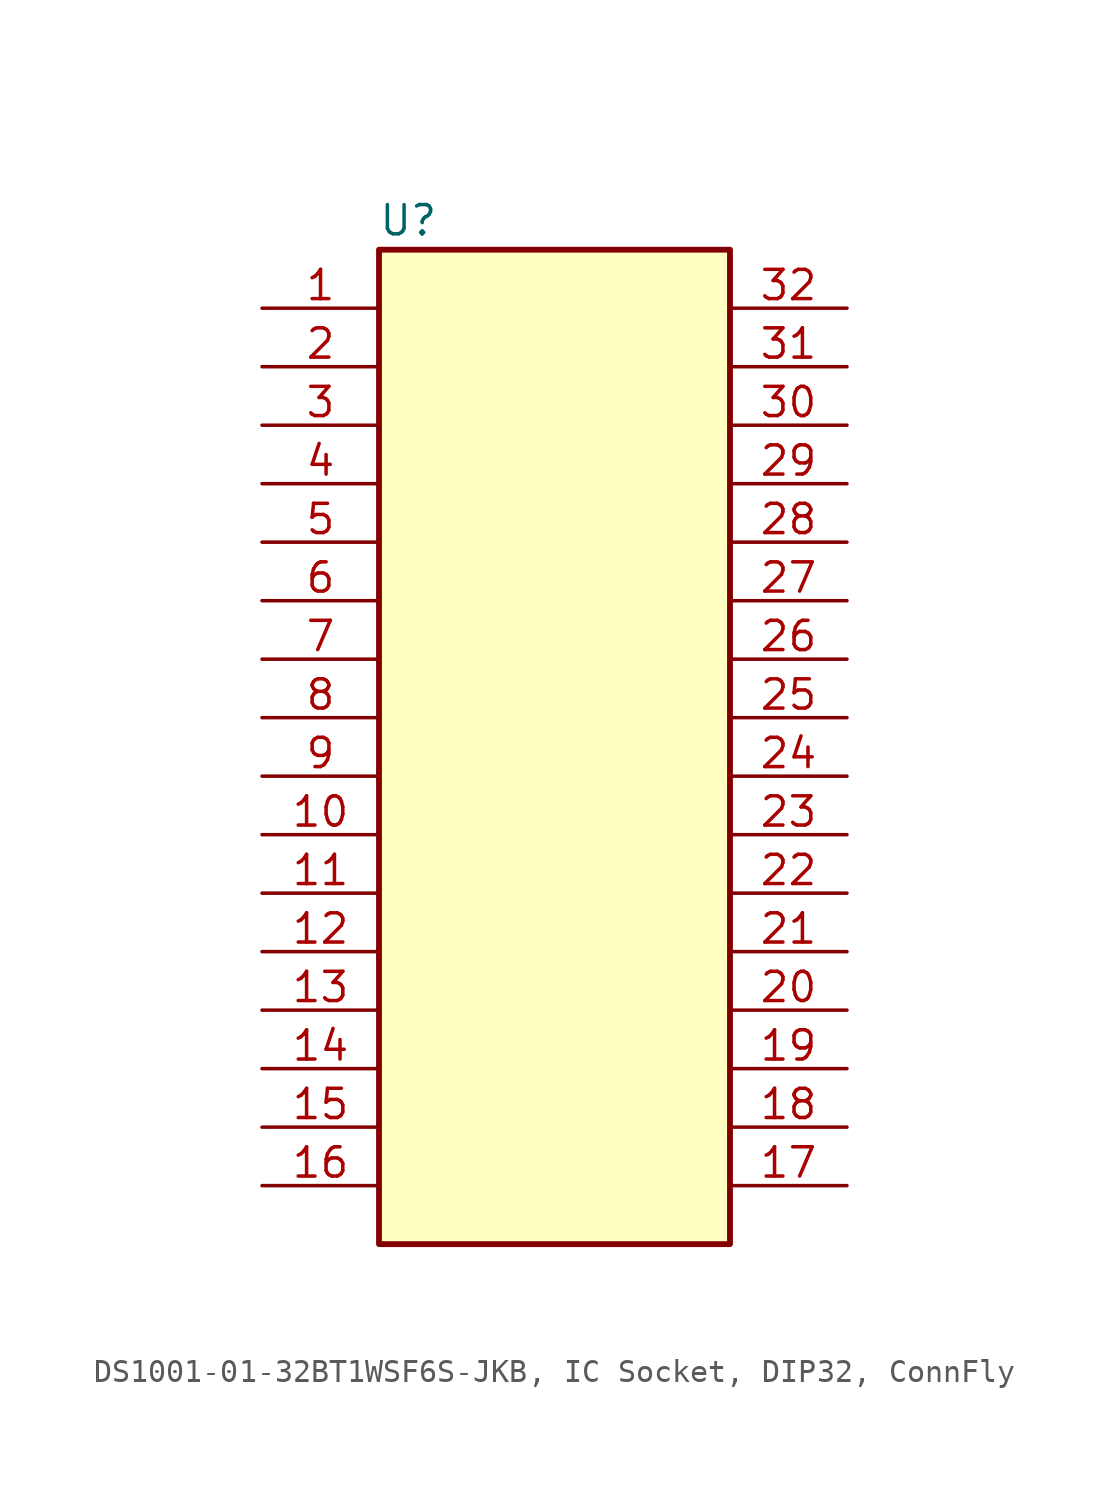
<source format=kicad_sym>
(kicad_symbol_lib
  (version 20241209)
  (generator "kicad_symbol_editor")
  (generator_version "9.0")
  (symbol "DS1001-01-32BT1WSF6S-JKB, IC Socket, DIP32, ConnFly"
    (pin_names
      (offset 1.016)
      (hide yes))
    (property "Reference" "U"
      (at -6.35 6.35 0)
      (effects (font (size 1.27 1.27))))
    (property "Value" ""
      (at 3.81 6.35 0)
      (effects (font (size 1.27 1.27))))
    (symbol "DS1001-01-32BT1WSF6S-JKB, IC Socket, DIP32, ConnFly_0_1"
      (rectangle (start -7.62 5.08) (end 7.62 -38.1) (stroke (width 0.254) (type default)) (fill (type background))))
    (symbol "DS1001-01-32BT1WSF6S-JKB, IC Socket, DIP32, ConnFly_1_1"
      (pin passive line (at -12.7 2.54 0) (length 5.08) (name "" (effects (font (size 1.27 1.27)))) (number "1" (effects (font (size 1.27 1.27)))))
      (pin passive line (at -12.7 0 0) (length 5.08) (name "" (effects (font (size 1.27 1.27)))) (number "2" (effects (font (size 1.27 1.27)))))
      (pin passive line (at -12.7 -2.54 0) (length 5.08) (name "" (effects (font (size 1.27 1.27)))) (number "3" (effects (font (size 1.27 1.27)))))
      (pin passive line (at -12.7 -5.08 0) (length 5.08) (name "" (effects (font (size 1.27 1.27)))) (number "4" (effects (font (size 1.27 1.27)))))
      (pin passive line (at -12.7 -7.62 0) (length 5.08) (name "" (effects (font (size 1.27 1.27)))) (number "5" (effects (font (size 1.27 1.27)))))
      (pin passive line (at -12.7 -10.16 0) (length 5.08) (name "" (effects (font (size 1.27 1.27)))) (number "6" (effects (font (size 1.27 1.27)))))
      (pin passive line (at -12.7 -12.7 0) (length 5.08) (name "" (effects (font (size 1.27 1.27)))) (number "7" (effects (font (size 1.27 1.27)))))
      (pin passive line (at -12.7 -15.24 0) (length 5.08) (name "" (effects (font (size 1.27 1.27)))) (number "8" (effects (font (size 1.27 1.27)))))
      (pin passive line (at -12.7 -17.78 0) (length 5.08) (name "" (effects (font (size 1.27 1.27)))) (number "9" (effects (font (size 1.27 1.27)))))
      (pin passive line (at -12.7 -20.32 0) (length 5.08) (name "" (effects (font (size 1.27 1.27)))) (number "10" (effects (font (size 1.27 1.27)))))
      (pin passive line (at -12.7 -22.86 0) (length 5.08) (name "" (effects (font (size 1.27 1.27)))) (number "11" (effects (font (size 1.27 1.27)))))
      (pin passive line (at -12.7 -25.4 0) (length 5.08) (name "" (effects (font (size 1.27 1.27)))) (number "12" (effects (font (size 1.27 1.27)))))
      (pin passive line (at -12.7 -27.94 0) (length 5.08) (name "" (effects (font (size 1.27 1.27)))) (number "13" (effects (font (size 1.27 1.27)))))
      (pin passive line (at -12.7 -30.48 0) (length 5.08) (name "" (effects (font (size 1.27 1.27)))) (number "14" (effects (font (size 1.27 1.27)))))
      (pin passive line (at -12.7 -33.02 0) (length 5.08) (name "" (effects (font (size 1.27 1.27)))) (number "15" (effects (font (size 1.27 1.27)))))
      (pin passive line (at -12.7 -35.56 0) (length 5.08) (name "" (effects (font (size 1.27 1.27)))) (number "16" (effects (font (size 1.27 1.27)))))
      (pin passive line (at 12.7 2.54 180) (length 5.08) (name "" (effects (font (size 1.27 1.27)))) (number "32" (effects (font (size 1.27 1.27)))))
      (pin passive line (at 12.7 0 180) (length 5.08) (name "" (effects (font (size 1.27 1.27)))) (number "31" (effects (font (size 1.27 1.27)))))
      (pin passive line (at 12.7 -2.54 180) (length 5.08) (name "" (effects (font (size 1.27 1.27)))) (number "30" (effects (font (size 1.27 1.27)))))
      (pin passive line (at 12.7 -5.08 180) (length 5.08) (name "" (effects (font (size 1.27 1.27)))) (number "29" (effects (font (size 1.27 1.27)))))
      (pin passive line (at 12.7 -7.62 180) (length 5.08) (name "" (effects (font (size 1.27 1.27)))) (number "28" (effects (font (size 1.27 1.27)))))
      (pin passive line (at 12.7 -10.16 180) (length 5.08) (name "" (effects (font (size 1.27 1.27)))) (number "27" (effects (font (size 1.27 1.27)))))
      (pin passive line (at 12.7 -12.7 180) (length 5.08) (name "" (effects (font (size 1.27 1.27)))) (number "26" (effects (font (size 1.27 1.27)))))
      (pin passive line (at 12.7 -15.24 180) (length 5.08) (name "" (effects (font (size 1.27 1.27)))) (number "25" (effects (font (size 1.27 1.27)))))
      (pin passive line (at 12.7 -17.78 180) (length 5.08) (name "" (effects (font (size 1.27 1.27)))) (number "24" (effects (font (size 1.27 1.27)))))
      (pin passive line (at 12.7 -20.32 180) (length 5.08) (name "" (effects (font (size 1.27 1.27)))) (number "23" (effects (font (size 1.27 1.27)))))
      (pin passive line (at 12.7 -22.86 180) (length 5.08) (name "" (effects (font (size 1.27 1.27)))) (number "22" (effects (font (size 1.27 1.27)))))
      (pin passive line (at 12.7 -25.4 180) (length 5.08) (name "" (effects (font (size 1.27 1.27)))) (number "21" (effects (font (size 1.27 1.27)))))
      (pin passive line (at 12.7 -27.94 180) (length 5.08) (name "" (effects (font (size 1.27 1.27)))) (number "20" (effects (font (size 1.27 1.27)))))
      (pin passive line (at 12.7 -30.48 180) (length 5.08) (name "" (effects (font (size 1.27 1.27)))) (number "19" (effects (font (size 1.27 1.27)))))
      (pin passive line (at 12.7 -33.02 180) (length 5.08) (name "" (effects (font (size 1.27 1.27)))) (number "18" (effects (font (size 1.27 1.27)))))
      (pin passive line (at 12.7 -35.56 180) (length 5.08) (name "" (effects (font (size 1.27 1.27)))) (number "17" (effects (font (size 1.27 1.27))))))))
</source>
